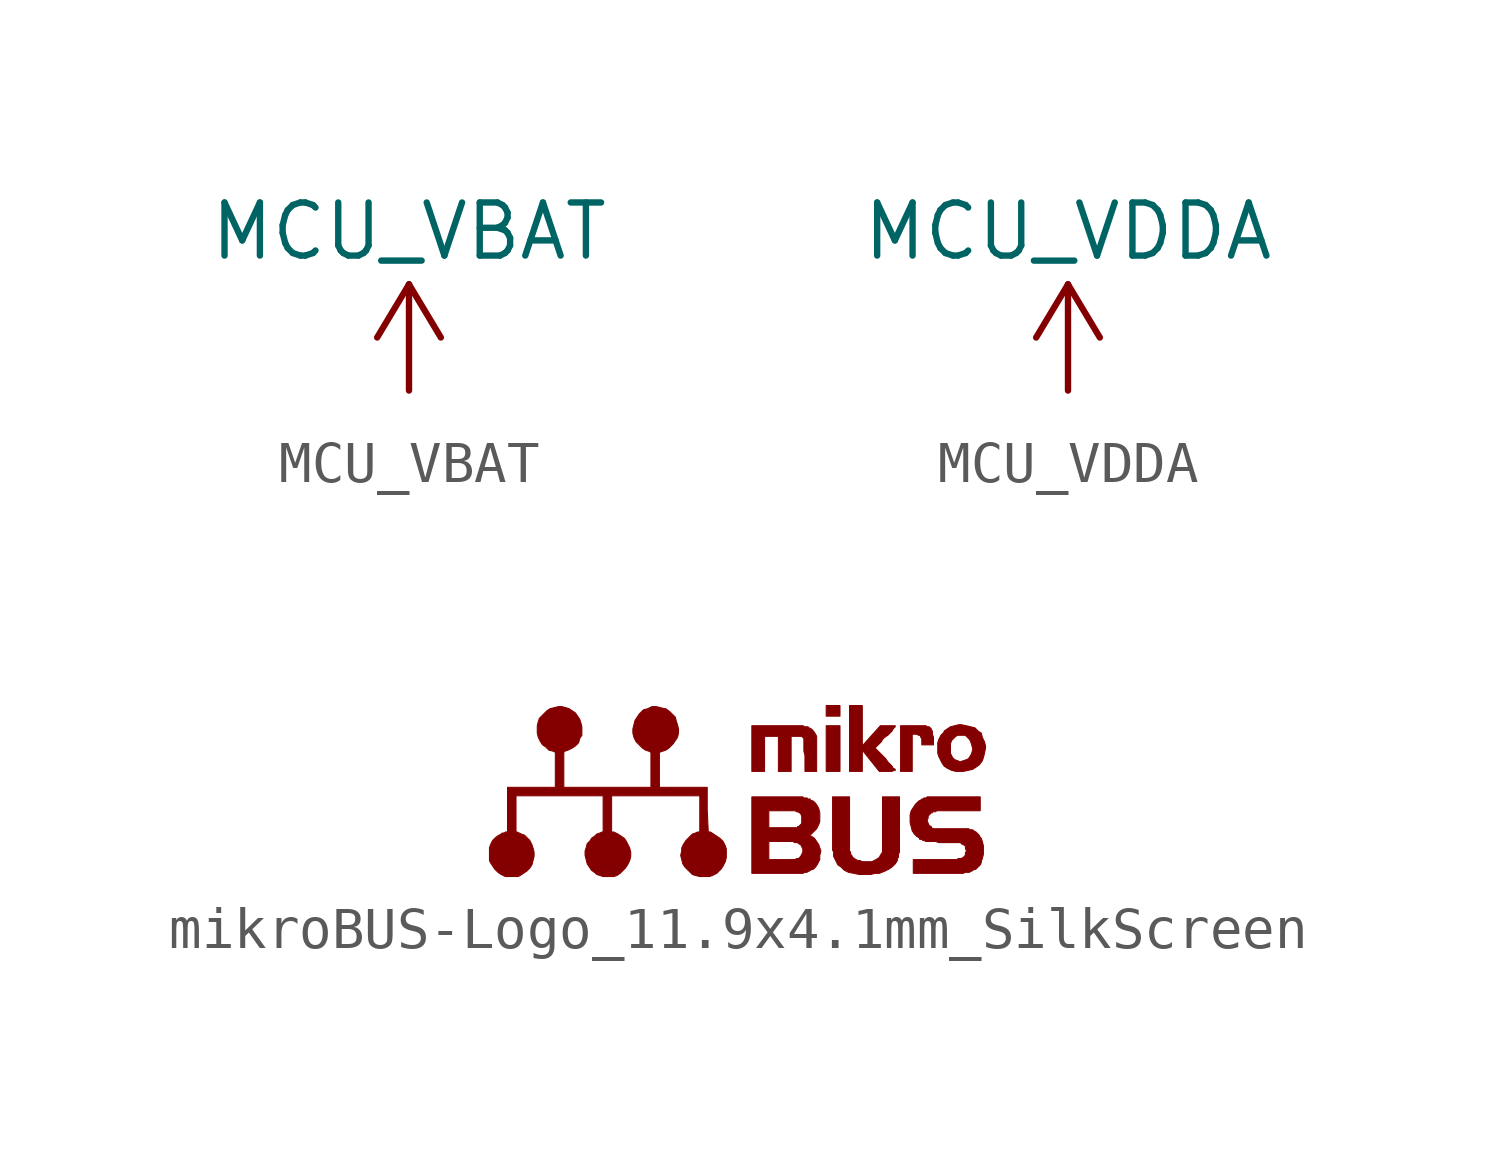
<source format=kicad_sym>
(kicad_symbol_lib
  (version 20201005)
  (generator kicad_symbol_editor)
  (symbol "Flying_Camp_Design:MCU_VBAT"
    (power)
    (pin_names
      (offset 0))
    (property "Reference" "#PWR"
      (at 0 -3.81 0)
      (effects (font (size 1.27 1.27)) hide))
    (property "Value" "MCU_VBAT"
      (at 0 3.81 0)
      (effects (font (size 1.27 1.27))))
    (symbol "MCU_VBAT_0_1"
      (polyline (pts (xy -0.762 1.27) (xy 0 2.54)) (stroke (width 0)) (fill (type none)))
      (polyline (pts (xy 0 0) (xy 0 2.54)) (stroke (width 0)) (fill (type none)))
      (polyline (pts (xy 0 2.54) (xy 0.762 1.27)) (stroke (width 0)) (fill (type none))))
    (symbol "MCU_VBAT_1_1"
      (pin power_in line (at 0 0 90) (length 0) hide (name "MCU_VBAT" (effects (font (size 1.27 1.27)))) (number "1" (effects (font (size 1.27 1.27)))))))
  (symbol "Flying_Camp_Design:MCU_VDDA"
    (power)
    (pin_names
      (offset 0))
    (property "Reference" "#PWR"
      (at 0 -3.81 0)
      (effects (font (size 1.27 1.27)) hide))
    (property "Value" "MCU_VDDA"
      (at 0 3.81 0)
      (effects (font (size 1.27 1.27))))
    (symbol "MCU_VDDA_0_1"
      (polyline (pts (xy -0.762 1.27) (xy 0 2.54)) (stroke (width 0)) (fill (type none)))
      (polyline (pts (xy 0 0) (xy 0 2.54)) (stroke (width 0)) (fill (type none)))
      (polyline (pts (xy 0 2.54) (xy 0.762 1.27)) (stroke (width 0)) (fill (type none))))
    (symbol "MCU_VDDA_1_1"
      (pin power_in line (at 0 0 90) (length 0) hide (name "MCU_VDDA" (effects (font (size 1.27 1.27)))) (number "1" (effects (font (size 1.27 1.27)))))))
  (symbol "Flying_Camp_Design:mikroBUS-Logo_11.9x4.1mm_SilkScreen"
    (pin_names
      (offset 1.016))
    (property "Reference" "LOGO"
      (at 0 5.08 0)
      (effects (font (size 1.27 1.27)) hide))
    (symbol "mikroBUS-Logo_11.9x4.1mm_SilkScreen_0_0"
      (polyline (pts (xy 2.464 1.549) (xy 2.134 1.549) (xy 2.134 0.457) (xy 2.464 0.457) (xy 2.464 1.549)) (stroke (width 0.025)) (fill (type outline)))
      (polyline (pts (xy 2.464 2.032) (xy 2.134 2.032) (xy 2.134 1.778) (xy 2.464 1.778) (xy 2.464 2.032)) (stroke (width 0.025)) (fill (type outline)))
      (polyline (pts (xy 4.191 1.346) (xy 4.293 1.346) (xy 4.343 1.321) (xy 4.369 1.321) (xy 4.394 1.295) (xy 4.394 1.27) (xy 4.42 1.245) (xy 4.42 1.092) (xy 4.699 1.092) (xy 4.699 1.27) (xy 4.674 1.346) (xy 4.674 1.422) (xy 4.648 1.448) (xy 4.648 1.473) (xy 4.597 1.524) (xy 4.547 1.524) (xy 4.521 1.549) (xy 3.912 1.549) (xy 3.912 0.457) (xy 4.191 0.457) (xy 4.191 1.346)) (stroke (width 0.025)) (fill (type outline)))
      (polyline (pts (xy 0.66 1.295) (xy 0.991 1.295) (xy 0.991 0.457) (xy 1.295 0.457) (xy 1.295 1.295) (xy 1.549 1.295) (xy 1.6 1.245) (xy 1.6 0.94) (xy 1.626 0.838) (xy 1.626 0.457) (xy 1.905 0.457) (xy 1.905 1.295) (xy 1.88 1.346) (xy 1.829 1.422) (xy 1.778 1.473) (xy 1.727 1.499) (xy 1.702 1.499) (xy 1.702 1.524) (xy 1.626 1.524) (xy 1.575 1.549) (xy 0.356 1.549) (xy 0.356 0.457) (xy 0.66 0.457) (xy 0.66 1.295)) (stroke (width 0.025)) (fill (type outline)))
      (polyline (pts (xy 2.997 0.965) (xy 3.404 0.457) (xy 3.708 0.457) (xy 3.759 0.483) (xy 3.785 0.483) (xy 3.785 0.508) (xy 3.734 0.533) (xy 3.708 0.584) (xy 3.607 0.686) (xy 3.556 0.762) (xy 3.302 1.016) (xy 3.454 1.168) (xy 3.48 1.219) (xy 3.531 1.27) (xy 3.607 1.321) (xy 3.708 1.422) (xy 3.734 1.473) (xy 3.785 1.524) (xy 3.785 1.549) (xy 3.429 1.549) (xy 3.2 1.295) (xy 2.997 1.067) (xy 2.997 2.032) (xy 2.692 2.032) (xy 2.692 0.457) (xy 2.997 0.457) (xy 2.997 0.965)) (stroke (width 0.025)) (fill (type outline)))
      (polyline (pts (xy 3.302 -1.981) (xy 3.404 -1.981) (xy 3.531 -1.93) (xy 3.632 -1.88) (xy 3.708 -1.829) (xy 3.785 -1.753) (xy 3.835 -1.676) (xy 3.835 -1.626) (xy 3.861 -1.6) (xy 3.861 -1.524) (xy 3.886 -1.473) (xy 3.886 -0.152) (xy 3.48 -0.152) (xy 3.48 -1.473) (xy 3.429 -1.549) (xy 3.404 -1.6) (xy 3.327 -1.651) (xy 3.226 -1.702) (xy 2.997 -1.702) (xy 2.946 -1.676) (xy 2.896 -1.676) (xy 2.845 -1.651) (xy 2.769 -1.6) (xy 2.743 -1.549) (xy 2.718 -1.524) (xy 2.718 -1.473) (xy 2.692 -1.448) (xy 2.692 -0.152) (xy 2.286 -0.152) (xy 2.286 -1.422) (xy 2.311 -1.473) (xy 2.311 -1.575) (xy 2.413 -1.778) (xy 2.489 -1.829) (xy 2.565 -1.905) (xy 2.667 -1.956) (xy 2.921 -2.007) (xy 3.2 -2.007) (xy 3.302 -1.981)) (stroke (width 0.025)) (fill (type outline)))
      (polyline (pts (xy 5.537 0.483) (xy 5.639 0.508) (xy 5.791 0.61) (xy 5.867 0.711) (xy 5.893 0.787) (xy 5.918 0.889) (xy 5.944 1.016) (xy 5.944 1.067) (xy 5.918 1.168) (xy 5.867 1.27) (xy 5.842 1.372) (xy 5.766 1.422) (xy 5.69 1.499) (xy 5.486 1.549) (xy 5.359 1.575) (xy 5.309 1.575) (xy 5.105 1.524) (xy 4.953 1.422) (xy 4.953 1.397) (xy 4.877 1.321) (xy 4.826 1.219) (xy 4.801 1.143) (xy 4.801 0.914) (xy 4.801 0.889) (xy 5.105 0.889) (xy 5.105 1.118) (xy 5.131 1.194) (xy 5.232 1.295) (xy 5.283 1.321) (xy 5.461 1.321) (xy 5.563 1.219) (xy 5.588 1.168) (xy 5.613 1.092) (xy 5.639 0.991) (xy 5.613 0.889) (xy 5.588 0.838) (xy 5.537 0.762) (xy 5.486 0.737) (xy 5.334 0.686) (xy 5.283 0.711) (xy 5.207 0.737) (xy 5.156 0.787) (xy 5.105 0.889) (xy 4.801 0.889) (xy 4.826 0.813) (xy 4.902 0.66) (xy 4.953 0.584) (xy 5.029 0.533) (xy 5.131 0.483) (xy 5.232 0.457) (xy 5.41 0.457) (xy 5.537 0.483)) (stroke (width 0.025)) (fill (type outline)))
      (polyline (pts (xy 1.626 -1.956) (xy 1.676 -1.956) (xy 1.702 -1.93) (xy 1.727 -1.93) (xy 1.753 -1.905) (xy 1.829 -1.88) (xy 1.88 -1.829) (xy 1.93 -1.753) (xy 1.981 -1.651) (xy 1.981 -1.549) (xy 2.007 -1.448) (xy 1.956 -1.295) (xy 1.854 -1.143) (xy 1.778 -1.092) (xy 1.727 -1.067) (xy 1.778 -1.041) (xy 1.905 -0.914) (xy 1.956 -0.813) (xy 1.981 -0.737) (xy 1.981 -0.533) (xy 1.956 -0.432) (xy 1.93 -0.381) (xy 1.88 -0.305) (xy 1.829 -0.254) (xy 1.753 -0.229) (xy 1.753 -0.203) (xy 1.702 -0.203) (xy 1.676 -0.178) (xy 1.6 -0.178) (xy 1.575 -0.152) (xy 0.356 -0.152) (xy 0.356 -0.889) (xy 0.762 -0.889) (xy 0.762 -0.483) (xy 1.397 -0.483) (xy 1.422 -0.508) (xy 1.448 -0.508) (xy 1.499 -0.533) (xy 1.524 -0.559) (xy 1.549 -0.61) (xy 1.549 -0.787) (xy 1.473 -0.864) (xy 1.448 -0.864) (xy 1.448 -0.889) (xy 0.762 -0.889) (xy 0.356 -0.889) (xy 0.356 -1.651) (xy 0.762 -1.651) (xy 0.762 -1.219) (xy 1.346 -1.219) (xy 1.372 -1.245) (xy 1.448 -1.245) (xy 1.473 -1.27) (xy 1.524 -1.295) (xy 1.575 -1.397) (xy 1.575 -1.473) (xy 1.524 -1.575) (xy 1.473 -1.626) (xy 1.422 -1.626) (xy 1.397 -1.651) (xy 0.762 -1.651) (xy 0.356 -1.651) (xy 0.356 -1.981) (xy 1.575 -1.981) (xy 1.626 -1.956)) (stroke (width 0.025)) (fill (type outline)))
      (polyline (pts (xy 5.461 -1.956) (xy 5.563 -1.956) (xy 5.588 -1.93) (xy 5.613 -1.93) (xy 5.639 -1.905) (xy 5.715 -1.88) (xy 5.817 -1.778) (xy 5.842 -1.727) (xy 5.842 -1.702) (xy 5.867 -1.626) (xy 5.893 -1.524) (xy 5.893 -1.321) (xy 5.867 -1.219) (xy 5.842 -1.143) (xy 5.817 -1.118) (xy 5.791 -1.067) (xy 5.715 -0.991) (xy 5.664 -0.965) (xy 5.639 -0.94) (xy 5.588 -0.94) (xy 5.537 -0.914) (xy 4.699 -0.914) (xy 4.648 -0.889) (xy 4.648 -0.864) (xy 4.597 -0.838) (xy 4.572 -0.787) (xy 4.547 -0.711) (xy 4.572 -0.66) (xy 4.572 -0.61) (xy 4.648 -0.533) (xy 4.674 -0.533) (xy 4.674 -0.508) (xy 4.75 -0.508) (xy 4.775 -0.483) (xy 5.817 -0.483) (xy 5.817 -0.152) (xy 4.547 -0.152) (xy 4.521 -0.178) (xy 4.47 -0.178) (xy 4.445 -0.203) (xy 4.42 -0.203) (xy 4.394 -0.229) (xy 4.343 -0.254) (xy 4.267 -0.33) (xy 4.166 -0.483) (xy 4.14 -0.584) (xy 4.14 -0.762) (xy 4.191 -0.965) (xy 4.242 -1.041) (xy 4.293 -1.092) (xy 4.369 -1.143) (xy 4.369 -1.168) (xy 4.42 -1.168) (xy 4.445 -1.194) (xy 4.47 -1.194) (xy 4.521 -1.219) (xy 4.75 -1.219) (xy 4.826 -1.245) (xy 5.359 -1.245) (xy 5.359 -1.27) (xy 5.461 -1.321) (xy 5.461 -1.372) (xy 5.486 -1.448) (xy 5.461 -1.499) (xy 5.461 -1.549) (xy 5.41 -1.6) (xy 5.359 -1.626) (xy 5.283 -1.626) (xy 5.283 -1.651) (xy 4.216 -1.651) (xy 4.216 -1.981) (xy 5.41 -1.981) (xy 5.461 -1.956)) (stroke (width 0.025)) (fill (type outline)))
      (polyline (pts (xy -5.182 -2.032) (xy -5.029 -1.93) (xy -4.953 -1.854) (xy -4.902 -1.778) (xy -4.851 -1.575) (xy -4.851 -1.473) (xy -4.877 -1.372) (xy -4.902 -1.295) (xy -4.953 -1.194) (xy -5.08 -1.067) (xy -5.156 -1.041) (xy -5.258 -0.991) (xy -5.283 -0.991) (xy -5.283 -0.127) (xy -3.2 -0.127) (xy -3.2 -0.991) (xy -3.226 -0.991) (xy -3.277 -1.016) (xy -3.353 -1.041) (xy -3.404 -1.092) (xy -3.48 -1.143) (xy -3.505 -1.194) (xy -3.581 -1.27) (xy -3.607 -1.372) (xy -3.632 -1.448) (xy -3.632 -1.549) (xy -3.581 -1.753) (xy -3.48 -1.905) (xy -3.378 -1.981) (xy -3.353 -2.007) (xy -3.2 -2.057) (xy -2.946 -2.057) (xy -2.87 -2.032) (xy -2.794 -1.981) (xy -2.667 -1.854) (xy -2.616 -1.778) (xy -2.565 -1.676) (xy -2.54 -1.575) (xy -2.54 -1.473) (xy -2.565 -1.372) (xy -2.642 -1.219) (xy -2.692 -1.143) (xy -2.845 -1.041) (xy -2.946 -0.991) (xy -2.997 -0.991) (xy -2.997 -0.127) (xy -0.889 -0.127) (xy -0.889 -0.991) (xy -0.94 -0.991) (xy -0.991 -1.016) (xy -1.067 -1.041) (xy -1.219 -1.194) (xy -1.27 -1.27) (xy -1.321 -1.372) (xy -1.321 -1.448) (xy -1.346 -1.549) (xy -1.295 -1.753) (xy -1.245 -1.829) (xy -1.067 -2.007) (xy -0.991 -2.032) (xy -0.889 -2.057) (xy -0.66 -2.057) (xy -0.584 -2.032) (xy -0.483 -1.981) (xy -0.381 -1.88) (xy -0.33 -1.803) (xy -0.279 -1.702) (xy -0.254 -1.6) (xy -0.254 -1.397) (xy -0.279 -1.321) (xy -0.33 -1.219) (xy -0.406 -1.143) (xy -0.635 -0.991) (xy -0.686 -0.991) (xy -0.711 -0.457) (xy -0.711 0.076) (xy -1.854 0.076) (xy -1.854 0.914) (xy -1.702 0.965) (xy -1.626 1.016) (xy -1.524 1.118) (xy -1.422 1.27) (xy -1.397 1.372) (xy -1.397 1.473) (xy -1.422 1.575) (xy -1.448 1.651) (xy -1.473 1.753) (xy -1.6 1.88) (xy -1.702 1.956) (xy -1.727 1.956) (xy -1.93 2.007) (xy -2.032 2.007) (xy -2.134 1.956) (xy -2.235 1.93) (xy -2.337 1.829) (xy -2.438 1.676) (xy -2.489 1.473) (xy -2.489 1.372) (xy -2.464 1.27) (xy -2.413 1.168) (xy -2.261 1.016) (xy -2.184 0.965) (xy -2.108 0.94) (xy -2.057 0.914) (xy -2.057 0.076) (xy -4.14 0.076) (xy -4.14 0.914) (xy -4.115 0.94) (xy -4.039 0.965) (xy -3.937 1.016) (xy -3.861 1.067) (xy -3.785 1.143) (xy -3.759 1.245) (xy -3.708 1.321) (xy -3.708 1.524) (xy -3.734 1.626) (xy -3.759 1.702) (xy -3.861 1.854) (xy -4.013 1.956) (xy -4.089 1.981) (xy -4.191 2.007) (xy -4.267 2.007) (xy -4.47 1.956) (xy -4.547 1.905) (xy -4.724 1.727) (xy -4.75 1.651) (xy -4.775 1.549) (xy -4.775 1.372) (xy -4.75 1.27) (xy -4.699 1.168) (xy -4.648 1.092) (xy -4.572 1.041) (xy -4.496 0.965) (xy -4.394 0.94) (xy -4.343 0.914) (xy -4.343 0.076) (xy -5.486 0.076) (xy -5.486 -0.991) (xy -5.537 -0.991) (xy -5.563 -1.016) (xy -5.613 -1.016) (xy -5.639 -1.041) (xy -5.69 -1.067) (xy -5.766 -1.118) (xy -5.842 -1.194) (xy -5.893 -1.295) (xy -5.918 -1.372) (xy -5.918 -1.676) (xy -5.893 -1.727) (xy -5.791 -1.88) (xy -5.715 -1.956) (xy -5.639 -2.007) (xy -5.537 -2.057) (xy -5.232 -2.057) (xy -5.182 -2.032)) (stroke (width 0.025)) (fill (type outline))))))
</source>
